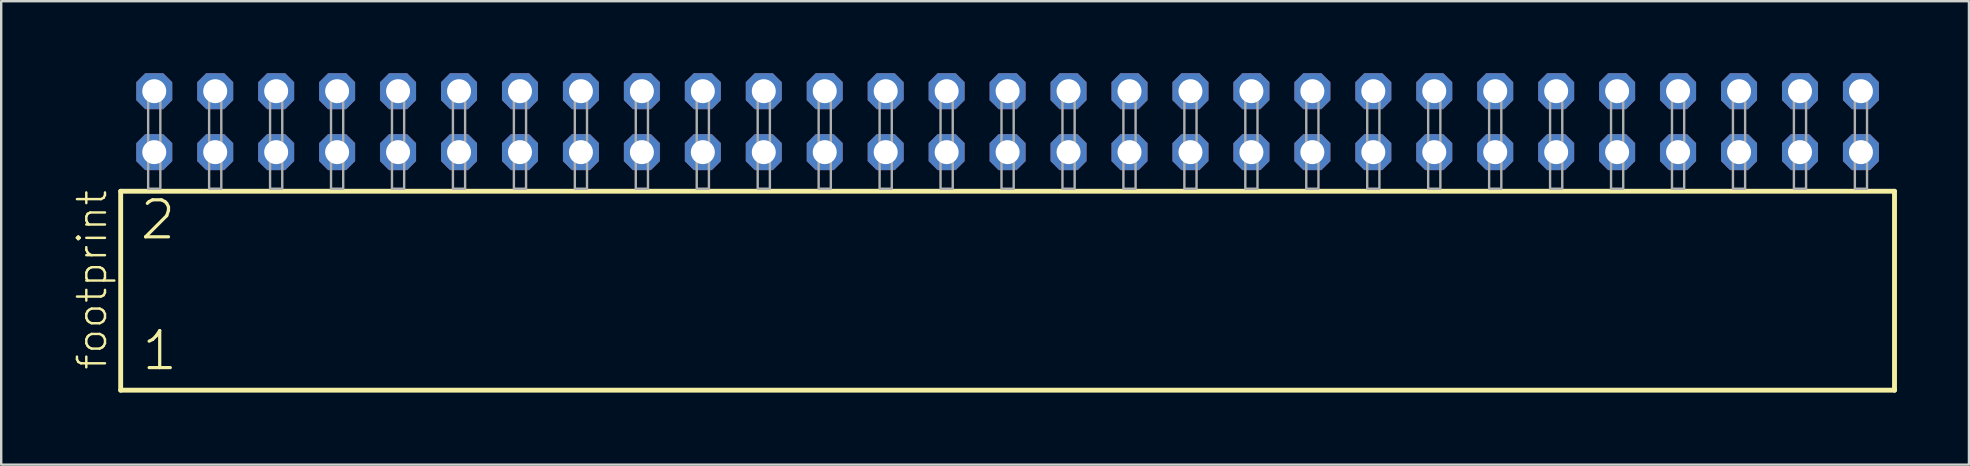
<source format=kicad_pcb>
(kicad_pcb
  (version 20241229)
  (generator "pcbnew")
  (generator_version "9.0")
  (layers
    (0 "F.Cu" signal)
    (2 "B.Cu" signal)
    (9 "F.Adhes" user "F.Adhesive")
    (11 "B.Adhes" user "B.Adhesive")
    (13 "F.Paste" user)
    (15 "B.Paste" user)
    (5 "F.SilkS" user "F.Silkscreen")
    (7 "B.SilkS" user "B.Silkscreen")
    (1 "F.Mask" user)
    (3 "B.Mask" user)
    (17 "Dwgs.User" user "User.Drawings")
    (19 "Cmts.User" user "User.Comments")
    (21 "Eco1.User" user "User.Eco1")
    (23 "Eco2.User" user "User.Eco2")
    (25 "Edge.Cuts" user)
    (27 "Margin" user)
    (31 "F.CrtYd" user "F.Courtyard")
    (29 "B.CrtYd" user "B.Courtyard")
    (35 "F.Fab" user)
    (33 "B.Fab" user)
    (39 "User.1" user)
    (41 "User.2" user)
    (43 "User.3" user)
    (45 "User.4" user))
  (footprint "footprint"
    (layer "F.Cu")
    (at 38.938 4.814)
    (property "Reference" "footprint" (at -37.465 7.62 90) (layer "F.SilkS") (effects (font (size 1.168 1.168) (thickness 0.102)) (justify left bottom)))
    (fp_line (start -36.959 0.106) (end -36.959 8.396) (stroke (width 0.203) (type solid)) (layer "F.SilkS"))
    (fp_line (start -36.959 8.396) (end 36.959 8.396) (stroke (width 0.203) (type solid)) (layer "F.SilkS"))
    (fp_line (start 36.959 0.106) (end -36.959 0.106) (stroke (width 0.203) (type solid)) (layer "F.SilkS"))
    (fp_line (start 36.959 8.396) (end 36.959 0.106) (stroke (width 0.203) (type solid)) (layer "F.SilkS"))
    (fp_poly (pts (xy -35.814 0) (xy -35.306 0) (xy -35.306 -4.318) (xy -35.814 -4.318)) (stroke (width 0.1) (type solid)) (fill no) (layer "F.Fab"))
    (fp_poly (pts (xy -33.274 0) (xy -32.766 0) (xy -32.766 -4.318) (xy -33.274 -4.318)) (stroke (width 0.1) (type solid)) (fill no) (layer "F.Fab"))
    (fp_poly (pts (xy -30.734 0) (xy -30.226 0) (xy -30.226 -4.318) (xy -30.734 -4.318)) (stroke (width 0.1) (type solid)) (fill no) (layer "F.Fab"))
    (fp_poly (pts (xy -28.194 0) (xy -27.686 0) (xy -27.686 -4.318) (xy -28.194 -4.318)) (stroke (width 0.1) (type solid)) (fill no) (layer "F.Fab"))
    (fp_poly (pts (xy -25.654 0) (xy -25.146 0) (xy -25.146 -4.318) (xy -25.654 -4.318)) (stroke (width 0.1) (type solid)) (fill no) (layer "F.Fab"))
    (fp_poly (pts (xy -23.114 0) (xy -22.606 0) (xy -22.606 -4.318) (xy -23.114 -4.318)) (stroke (width 0.1) (type solid)) (fill no) (layer "F.Fab"))
    (fp_poly (pts (xy -20.574 0) (xy -20.066 0) (xy -20.066 -4.318) (xy -20.574 -4.318)) (stroke (width 0.1) (type solid)) (fill no) (layer "F.Fab"))
    (fp_poly (pts (xy -18.034 0) (xy -17.526 0) (xy -17.526 -4.318) (xy -18.034 -4.318)) (stroke (width 0.1) (type solid)) (fill no) (layer "F.Fab"))
    (fp_poly (pts (xy -15.494 0) (xy -14.986 0) (xy -14.986 -4.318) (xy -15.494 -4.318)) (stroke (width 0.1) (type solid)) (fill no) (layer "F.Fab"))
    (fp_poly (pts (xy -12.954 0) (xy -12.446 0) (xy -12.446 -4.318) (xy -12.954 -4.318)) (stroke (width 0.1) (type solid)) (fill no) (layer "F.Fab"))
    (fp_poly (pts (xy -10.414 0) (xy -9.906 0) (xy -9.906 -4.318) (xy -10.414 -4.318)) (stroke (width 0.1) (type solid)) (fill no) (layer "F.Fab"))
    (fp_poly (pts (xy -7.874 0) (xy -7.366 0) (xy -7.366 -4.318) (xy -7.874 -4.318)) (stroke (width 0.1) (type solid)) (fill no) (layer "F.Fab"))
    (fp_poly (pts (xy -5.334 0) (xy -4.826 0) (xy -4.826 -4.318) (xy -5.334 -4.318)) (stroke (width 0.1) (type solid)) (fill no) (layer "F.Fab"))
    (fp_poly (pts (xy -2.794 0) (xy -2.286 0) (xy -2.286 -4.318) (xy -2.794 -4.318)) (stroke (width 0.1) (type solid)) (fill no) (layer "F.Fab"))
    (fp_poly (pts (xy -0.254 0) (xy 0.254 0) (xy 0.254 -4.318) (xy -0.254 -4.318)) (stroke (width 0.1) (type solid)) (fill no) (layer "F.Fab"))
    (fp_poly (pts (xy 2.286 0) (xy 2.794 0) (xy 2.794 -4.318) (xy 2.286 -4.318)) (stroke (width 0.1) (type solid)) (fill no) (layer "F.Fab"))
    (fp_poly (pts (xy 4.826 0) (xy 5.334 0) (xy 5.334 -4.318) (xy 4.826 -4.318)) (stroke (width 0.1) (type solid)) (fill no) (layer "F.Fab"))
    (fp_poly (pts (xy 7.366 0) (xy 7.874 0) (xy 7.874 -4.318) (xy 7.366 -4.318)) (stroke (width 0.1) (type solid)) (fill no) (layer "F.Fab"))
    (fp_poly (pts (xy 9.906 0) (xy 10.414 0) (xy 10.414 -4.318) (xy 9.906 -4.318)) (stroke (width 0.1) (type solid)) (fill no) (layer "F.Fab"))
    (fp_poly (pts (xy 12.446 0) (xy 12.954 0) (xy 12.954 -4.318) (xy 12.446 -4.318)) (stroke (width 0.1) (type solid)) (fill no) (layer "F.Fab"))
    (fp_poly (pts (xy 14.986 0) (xy 15.494 0) (xy 15.494 -4.318) (xy 14.986 -4.318)) (stroke (width 0.1) (type solid)) (fill no) (layer "F.Fab"))
    (fp_poly (pts (xy 17.526 0) (xy 18.034 0) (xy 18.034 -4.318) (xy 17.526 -4.318)) (stroke (width 0.1) (type solid)) (fill no) (layer "F.Fab"))
    (fp_poly (pts (xy 20.066 0) (xy 20.574 0) (xy 20.574 -4.318) (xy 20.066 -4.318)) (stroke (width 0.1) (type solid)) (fill no) (layer "F.Fab"))
    (fp_poly (pts (xy 22.606 0) (xy 23.114 0) (xy 23.114 -4.318) (xy 22.606 -4.318)) (stroke (width 0.1) (type solid)) (fill no) (layer "F.Fab"))
    (fp_poly (pts (xy 25.146 0) (xy 25.654 0) (xy 25.654 -4.318) (xy 25.146 -4.318)) (stroke (width 0.1) (type solid)) (fill no) (layer "F.Fab"))
    (fp_poly (pts (xy 27.686 0) (xy 28.194 0) (xy 28.194 -4.318) (xy 27.686 -4.318)) (stroke (width 0.1) (type solid)) (fill no) (layer "F.Fab"))
    (fp_poly (pts (xy 30.226 0) (xy 30.734 0) (xy 30.734 -4.318) (xy 30.226 -4.318)) (stroke (width 0.1) (type solid)) (fill no) (layer "F.Fab"))
    (fp_poly (pts (xy 32.766 0) (xy 33.274 0) (xy 33.274 -4.318) (xy 32.766 -4.318)) (stroke (width 0.1) (type solid)) (fill no) (layer "F.Fab"))
    (fp_poly (pts (xy 35.306 0) (xy 35.814 0) (xy 35.814 -4.318) (xy 35.306 -4.318)) (stroke (width 0.1) (type solid)) (fill no) (layer "F.Fab"))
    (fp_text user "2" (at -36.23 2.2 0) (layer "F.SilkS") (effects (font (size 1.542 1.542) (thickness 0.134)) (justify left bottom)))
    (fp_text user "1" (at -36.155 7.65 0) (layer "F.SilkS") (effects (font (size 1.542 1.542) (thickness 0.134)) (justify left bottom)))
    (pad "1" thru_hole roundrect (at -35.56 -1.524) (size 1.5 1.5) (drill 1) (layers "*.Cu" "*.Mask") (roundrect_rratio 0.25) (chamfer_ratio 0.25) (chamfer top_left top_right bottom_left bottom_right))
    (pad "2" thru_hole roundrect (at -35.56 -4.064) (size 1.5 1.5) (drill 1) (layers "*.Cu" "*.Mask") (roundrect_rratio 0.25) (chamfer_ratio 0.25) (chamfer top_left top_right bottom_left bottom_right))
    (pad "3" thru_hole roundrect (at -33.02 -1.524) (size 1.5 1.5) (drill 1) (layers "*.Cu" "*.Mask") (roundrect_rratio 0.25) (chamfer_ratio 0.25) (chamfer top_left top_right bottom_left bottom_right))
    (pad "4" thru_hole roundrect (at -33.02 -4.064) (size 1.5 1.5) (drill 1) (layers "*.Cu" "*.Mask") (roundrect_rratio 0.25) (chamfer_ratio 0.25) (chamfer top_left top_right bottom_left bottom_right))
    (pad "5" thru_hole roundrect (at -30.48 -1.524) (size 1.5 1.5) (drill 1) (layers "*.Cu" "*.Mask") (roundrect_rratio 0.25) (chamfer_ratio 0.25) (chamfer top_left top_right bottom_left bottom_right))
    (pad "6" thru_hole roundrect (at -30.48 -4.064) (size 1.5 1.5) (drill 1) (layers "*.Cu" "*.Mask") (roundrect_rratio 0.25) (chamfer_ratio 0.25) (chamfer top_left top_right bottom_left bottom_right))
    (pad "7" thru_hole roundrect (at -27.94 -1.524) (size 1.5 1.5) (drill 1) (layers "*.Cu" "*.Mask") (roundrect_rratio 0.25) (chamfer_ratio 0.25) (chamfer top_left top_right bottom_left bottom_right))
    (pad "8" thru_hole roundrect (at -27.94 -4.064) (size 1.5 1.5) (drill 1) (layers "*.Cu" "*.Mask") (roundrect_rratio 0.25) (chamfer_ratio 0.25) (chamfer top_left top_right bottom_left bottom_right))
    (pad "9" thru_hole roundrect (at -25.4 -1.524) (size 1.5 1.5) (drill 1) (layers "*.Cu" "*.Mask") (roundrect_rratio 0.25) (chamfer_ratio 0.25) (chamfer top_left top_right bottom_left bottom_right))
    (pad "10" thru_hole roundrect (at -25.4 -4.064) (size 1.5 1.5) (drill 1) (layers "*.Cu" "*.Mask") (roundrect_rratio 0.25) (chamfer_ratio 0.25) (chamfer top_left top_right bottom_left bottom_right))
    (pad "11" thru_hole roundrect (at -22.86 -1.524) (size 1.5 1.5) (drill 1) (layers "*.Cu" "*.Mask") (roundrect_rratio 0.25) (chamfer_ratio 0.25) (chamfer top_left top_right bottom_left bottom_right))
    (pad "12" thru_hole roundrect (at -22.86 -4.064) (size 1.5 1.5) (drill 1) (layers "*.Cu" "*.Mask") (roundrect_rratio 0.25) (chamfer_ratio 0.25) (chamfer top_left top_right bottom_left bottom_right))
    (pad "13" thru_hole roundrect (at -20.32 -1.524) (size 1.5 1.5) (drill 1) (layers "*.Cu" "*.Mask") (roundrect_rratio 0.25) (chamfer_ratio 0.25) (chamfer top_left top_right bottom_left bottom_right))
    (pad "14" thru_hole roundrect (at -20.32 -4.064) (size 1.5 1.5) (drill 1) (layers "*.Cu" "*.Mask") (roundrect_rratio 0.25) (chamfer_ratio 0.25) (chamfer top_left top_right bottom_left bottom_right))
    (pad "15" thru_hole roundrect (at -17.78 -1.524) (size 1.5 1.5) (drill 1) (layers "*.Cu" "*.Mask") (roundrect_rratio 0.25) (chamfer_ratio 0.25) (chamfer top_left top_right bottom_left bottom_right))
    (pad "16" thru_hole roundrect (at -17.78 -4.064) (size 1.5 1.5) (drill 1) (layers "*.Cu" "*.Mask") (roundrect_rratio 0.25) (chamfer_ratio 0.25) (chamfer top_left top_right bottom_left bottom_right))
    (pad "17" thru_hole roundrect (at -15.24 -1.524) (size 1.5 1.5) (drill 1) (layers "*.Cu" "*.Mask") (roundrect_rratio 0.25) (chamfer_ratio 0.25) (chamfer top_left top_right bottom_left bottom_right))
    (pad "18" thru_hole roundrect (at -15.24 -4.064) (size 1.5 1.5) (drill 1) (layers "*.Cu" "*.Mask") (roundrect_rratio 0.25) (chamfer_ratio 0.25) (chamfer top_left top_right bottom_left bottom_right))
    (pad "19" thru_hole roundrect (at -12.7 -1.524) (size 1.5 1.5) (drill 1) (layers "*.Cu" "*.Mask") (roundrect_rratio 0.25) (chamfer_ratio 0.25) (chamfer top_left top_right bottom_left bottom_right))
    (pad "20" thru_hole roundrect (at -12.7 -4.064) (size 1.5 1.5) (drill 1) (layers "*.Cu" "*.Mask") (roundrect_rratio 0.25) (chamfer_ratio 0.25) (chamfer top_left top_right bottom_left bottom_right))
    (pad "21" thru_hole roundrect (at -10.16 -1.524) (size 1.5 1.5) (drill 1) (layers "*.Cu" "*.Mask") (roundrect_rratio 0.25) (chamfer_ratio 0.25) (chamfer top_left top_right bottom_left bottom_right))
    (pad "22" thru_hole roundrect (at -10.16 -4.064) (size 1.5 1.5) (drill 1) (layers "*.Cu" "*.Mask") (roundrect_rratio 0.25) (chamfer_ratio 0.25) (chamfer top_left top_right bottom_left bottom_right))
    (pad "23" thru_hole roundrect (at -7.62 -1.524) (size 1.5 1.5) (drill 1) (layers "*.Cu" "*.Mask") (roundrect_rratio 0.25) (chamfer_ratio 0.25) (chamfer top_left top_right bottom_left bottom_right))
    (pad "24" thru_hole roundrect (at -7.62 -4.064) (size 1.5 1.5) (drill 1) (layers "*.Cu" "*.Mask") (roundrect_rratio 0.25) (chamfer_ratio 0.25) (chamfer top_left top_right bottom_left bottom_right))
    (pad "25" thru_hole roundrect (at -5.08 -1.524) (size 1.5 1.5) (drill 1) (layers "*.Cu" "*.Mask") (roundrect_rratio 0.25) (chamfer_ratio 0.25) (chamfer top_left top_right bottom_left bottom_right))
    (pad "26" thru_hole roundrect (at -5.08 -4.064) (size 1.5 1.5) (drill 1) (layers "*.Cu" "*.Mask") (roundrect_rratio 0.25) (chamfer_ratio 0.25) (chamfer top_left top_right bottom_left bottom_right))
    (pad "27" thru_hole roundrect (at -2.54 -1.524) (size 1.5 1.5) (drill 1) (layers "*.Cu" "*.Mask") (roundrect_rratio 0.25) (chamfer_ratio 0.25) (chamfer top_left top_right bottom_left bottom_right))
    (pad "28" thru_hole roundrect (at -2.54 -4.064) (size 1.5 1.5) (drill 1) (layers "*.Cu" "*.Mask") (roundrect_rratio 0.25) (chamfer_ratio 0.25) (chamfer top_left top_right bottom_left bottom_right))
    (pad "29" thru_hole roundrect (at 0 -1.524) (size 1.5 1.5) (drill 1) (layers "*.Cu" "*.Mask") (roundrect_rratio 0.25) (chamfer_ratio 0.25) (chamfer top_left top_right bottom_left bottom_right))
    (pad "30" thru_hole roundrect (at 0 -4.064) (size 1.5 1.5) (drill 1) (layers "*.Cu" "*.Mask") (roundrect_rratio 0.25) (chamfer_ratio 0.25) (chamfer top_left top_right bottom_left bottom_right))
    (pad "31" thru_hole roundrect (at 2.54 -1.524) (size 1.5 1.5) (drill 1) (layers "*.Cu" "*.Mask") (roundrect_rratio 0.25) (chamfer_ratio 0.25) (chamfer top_left top_right bottom_left bottom_right))
    (pad "32" thru_hole roundrect (at 2.54 -4.064) (size 1.5 1.5) (drill 1) (layers "*.Cu" "*.Mask") (roundrect_rratio 0.25) (chamfer_ratio 0.25) (chamfer top_left top_right bottom_left bottom_right))
    (pad "33" thru_hole roundrect (at 5.08 -1.524) (size 1.5 1.5) (drill 1) (layers "*.Cu" "*.Mask") (roundrect_rratio 0.25) (chamfer_ratio 0.25) (chamfer top_left top_right bottom_left bottom_right))
    (pad "34" thru_hole roundrect (at 5.08 -4.064) (size 1.5 1.5) (drill 1) (layers "*.Cu" "*.Mask") (roundrect_rratio 0.25) (chamfer_ratio 0.25) (chamfer top_left top_right bottom_left bottom_right))
    (pad "35" thru_hole roundrect (at 7.62 -1.524) (size 1.5 1.5) (drill 1) (layers "*.Cu" "*.Mask") (roundrect_rratio 0.25) (chamfer_ratio 0.25) (chamfer top_left top_right bottom_left bottom_right))
    (pad "36" thru_hole roundrect (at 7.62 -4.064) (size 1.5 1.5) (drill 1) (layers "*.Cu" "*.Mask") (roundrect_rratio 0.25) (chamfer_ratio 0.25) (chamfer top_left top_right bottom_left bottom_right))
    (pad "37" thru_hole roundrect (at 10.16 -1.524) (size 1.5 1.5) (drill 1) (layers "*.Cu" "*.Mask") (roundrect_rratio 0.25) (chamfer_ratio 0.25) (chamfer top_left top_right bottom_left bottom_right))
    (pad "38" thru_hole roundrect (at 10.16 -4.064) (size 1.5 1.5) (drill 1) (layers "*.Cu" "*.Mask") (roundrect_rratio 0.25) (chamfer_ratio 0.25) (chamfer top_left top_right bottom_left bottom_right))
    (pad "39" thru_hole roundrect (at 12.7 -1.524) (size 1.5 1.5) (drill 1) (layers "*.Cu" "*.Mask") (roundrect_rratio 0.25) (chamfer_ratio 0.25) (chamfer top_left top_right bottom_left bottom_right))
    (pad "40" thru_hole roundrect (at 12.7 -4.064) (size 1.5 1.5) (drill 1) (layers "*.Cu" "*.Mask") (roundrect_rratio 0.25) (chamfer_ratio 0.25) (chamfer top_left top_right bottom_left bottom_right))
    (pad "41" thru_hole roundrect (at 15.24 -1.524) (size 1.5 1.5) (drill 1) (layers "*.Cu" "*.Mask") (roundrect_rratio 0.25) (chamfer_ratio 0.25) (chamfer top_left top_right bottom_left bottom_right))
    (pad "42" thru_hole roundrect (at 15.24 -4.064) (size 1.5 1.5) (drill 1) (layers "*.Cu" "*.Mask") (roundrect_rratio 0.25) (chamfer_ratio 0.25) (chamfer top_left top_right bottom_left bottom_right))
    (pad "43" thru_hole roundrect (at 17.78 -1.524) (size 1.5 1.5) (drill 1) (layers "*.Cu" "*.Mask") (roundrect_rratio 0.25) (chamfer_ratio 0.25) (chamfer top_left top_right bottom_left bottom_right))
    (pad "44" thru_hole roundrect (at 17.78 -4.064) (size 1.5 1.5) (drill 1) (layers "*.Cu" "*.Mask") (roundrect_rratio 0.25) (chamfer_ratio 0.25) (chamfer top_left top_right bottom_left bottom_right))
    (pad "45" thru_hole roundrect (at 20.32 -1.524) (size 1.5 1.5) (drill 1) (layers "*.Cu" "*.Mask") (roundrect_rratio 0.25) (chamfer_ratio 0.25) (chamfer top_left top_right bottom_left bottom_right))
    (pad "46" thru_hole roundrect (at 20.32 -4.064) (size 1.5 1.5) (drill 1) (layers "*.Cu" "*.Mask") (roundrect_rratio 0.25) (chamfer_ratio 0.25) (chamfer top_left top_right bottom_left bottom_right))
    (pad "47" thru_hole roundrect (at 22.86 -1.524) (size 1.5 1.5) (drill 1) (layers "*.Cu" "*.Mask") (roundrect_rratio 0.25) (chamfer_ratio 0.25) (chamfer top_left top_right bottom_left bottom_right))
    (pad "48" thru_hole roundrect (at 22.86 -4.064) (size 1.5 1.5) (drill 1) (layers "*.Cu" "*.Mask") (roundrect_rratio 0.25) (chamfer_ratio 0.25) (chamfer top_left top_right bottom_left bottom_right))
    (pad "49" thru_hole roundrect (at 25.4 -1.524) (size 1.5 1.5) (drill 1) (layers "*.Cu" "*.Mask") (roundrect_rratio 0.25) (chamfer_ratio 0.25) (chamfer top_left top_right bottom_left bottom_right))
    (pad "50" thru_hole roundrect (at 25.4 -4.064) (size 1.5 1.5) (drill 1) (layers "*.Cu" "*.Mask") (roundrect_rratio 0.25) (chamfer_ratio 0.25) (chamfer top_left top_right bottom_left bottom_right))
    (pad "51" thru_hole roundrect (at 27.94 -1.524) (size 1.5 1.5) (drill 1) (layers "*.Cu" "*.Mask") (roundrect_rratio 0.25) (chamfer_ratio 0.25) (chamfer top_left top_right bottom_left bottom_right))
    (pad "52" thru_hole roundrect (at 27.94 -4.064) (size 1.5 1.5) (drill 1) (layers "*.Cu" "*.Mask") (roundrect_rratio 0.25) (chamfer_ratio 0.25) (chamfer top_left top_right bottom_left bottom_right))
    (pad "53" thru_hole roundrect (at 30.48 -1.524) (size 1.5 1.5) (drill 1) (layers "*.Cu" "*.Mask") (roundrect_rratio 0.25) (chamfer_ratio 0.25) (chamfer top_left top_right bottom_left bottom_right))
    (pad "54" thru_hole roundrect (at 30.48 -4.064) (size 1.5 1.5) (drill 1) (layers "*.Cu" "*.Mask") (roundrect_rratio 0.25) (chamfer_ratio 0.25) (chamfer top_left top_right bottom_left bottom_right))
    (pad "55" thru_hole roundrect (at 33.02 -1.524) (size 1.5 1.5) (drill 1) (layers "*.Cu" "*.Mask") (roundrect_rratio 0.25) (chamfer_ratio 0.25) (chamfer top_left top_right bottom_left bottom_right))
    (pad "56" thru_hole roundrect (at 33.02 -4.064) (size 1.5 1.5) (drill 1) (layers "*.Cu" "*.Mask") (roundrect_rratio 0.25) (chamfer_ratio 0.25) (chamfer top_left top_right bottom_left bottom_right))
    (pad "57" thru_hole roundrect (at 35.56 -1.524) (size 1.5 1.5) (drill 1) (layers "*.Cu" "*.Mask") (roundrect_rratio 0.25) (chamfer_ratio 0.25) (chamfer top_left top_right bottom_left bottom_right))
    (pad "58" thru_hole roundrect (at 35.56 -4.064) (size 1.5 1.5) (drill 1) (layers "*.Cu" "*.Mask") (roundrect_rratio 0.25) (chamfer_ratio 0.25) (chamfer top_left top_right bottom_left bottom_right)))
  (gr_rect
    (start -3 -3)
    (end 78.999 16.312)
    (stroke (width 0.1) (type default))
    (fill no)
    (layer "Edge.Cuts")))
</source>
